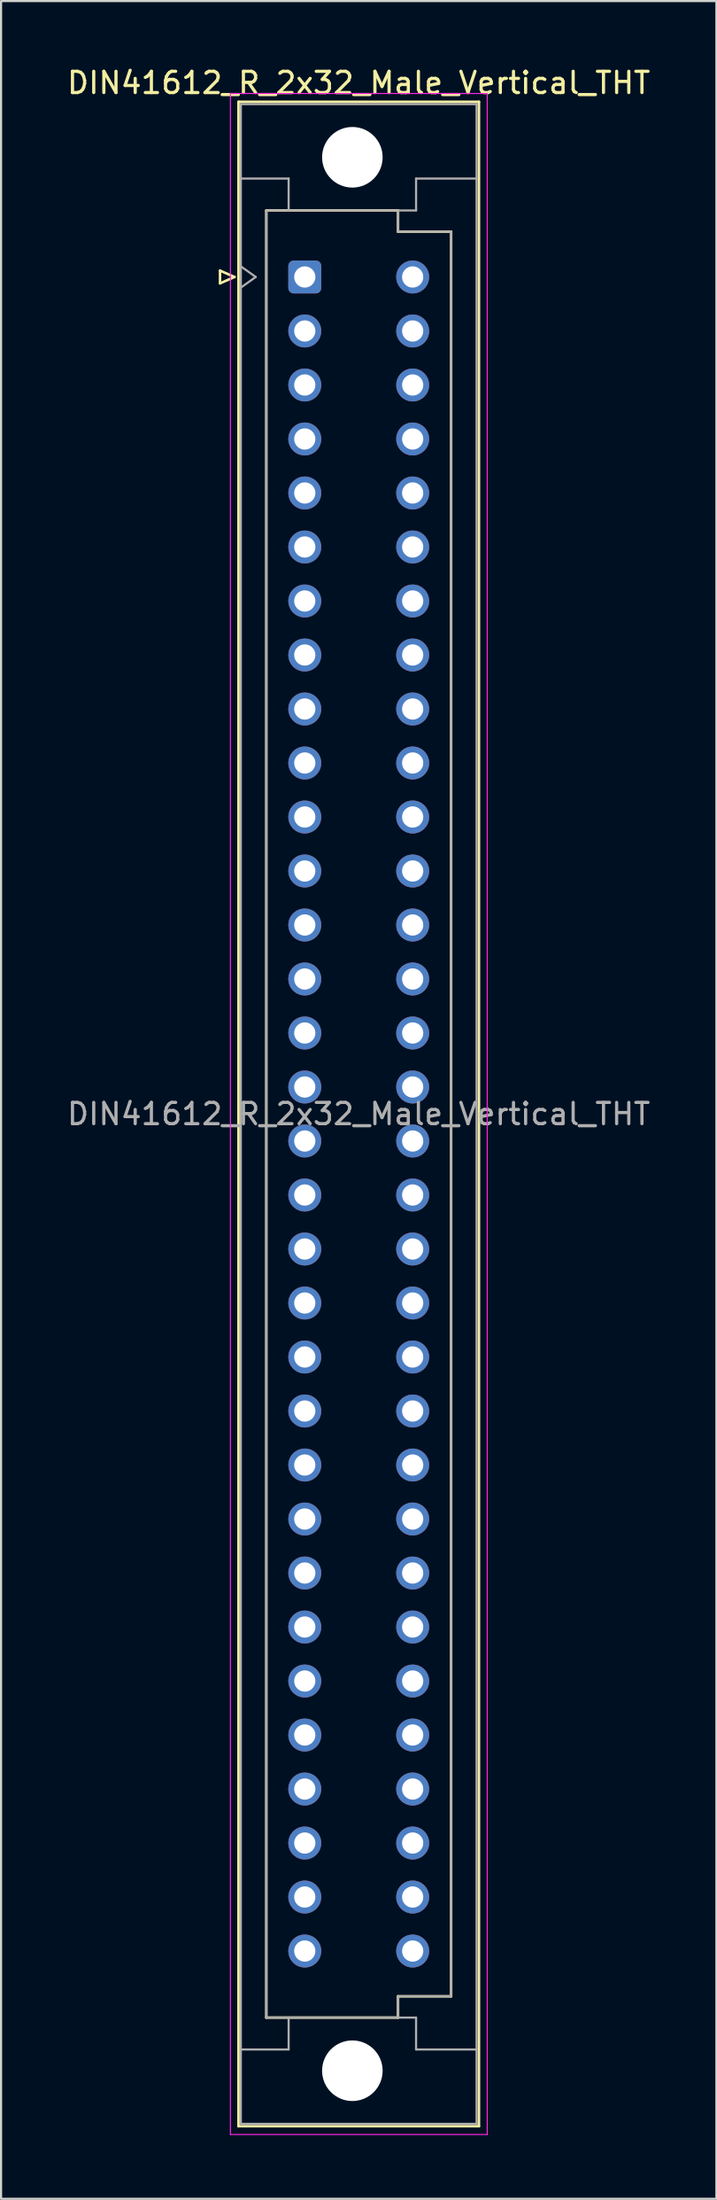
<source format=kicad_pcb>
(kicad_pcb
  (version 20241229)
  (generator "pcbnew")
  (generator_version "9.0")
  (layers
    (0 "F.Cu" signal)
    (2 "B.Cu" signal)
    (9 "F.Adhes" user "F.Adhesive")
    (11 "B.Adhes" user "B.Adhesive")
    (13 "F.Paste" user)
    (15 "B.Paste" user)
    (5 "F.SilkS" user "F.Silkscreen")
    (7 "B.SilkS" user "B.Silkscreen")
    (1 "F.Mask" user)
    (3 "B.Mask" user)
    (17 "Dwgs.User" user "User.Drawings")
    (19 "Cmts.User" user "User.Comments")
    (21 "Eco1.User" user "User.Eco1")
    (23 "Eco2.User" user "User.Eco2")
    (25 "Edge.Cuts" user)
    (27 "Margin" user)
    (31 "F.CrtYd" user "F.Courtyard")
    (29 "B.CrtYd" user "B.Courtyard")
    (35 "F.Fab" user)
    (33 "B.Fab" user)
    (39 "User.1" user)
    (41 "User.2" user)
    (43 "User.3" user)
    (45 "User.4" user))
  (footprint "DIN41612_R_2x32_Male_Vertical_THT"
    (layer "F.Cu")
    (at 11.299 9.978)
    (property "Reference" "DIN41612_R_2x32_Male_Vertical_THT" (at 2.54 -9.13 0) (layer "F.SilkS") (effects (font (size 1 1) (thickness 0.15))))
    (attr through_hole)
    (fp_line (start -3.99 -0.3) (end -3.99 0.3) (stroke (width 0.12) (type solid)) (layer "F.SilkS"))
    (fp_line (start -3.99 0.3) (end -3.31 0) (stroke (width 0.12) (type solid)) (layer "F.SilkS"))
    (fp_line (start -3.31 0) (end -3.99 -0.3) (stroke (width 0.12) (type solid)) (layer "F.SilkS"))
    (fp_line (start -3.12 -8.24) (end 8.2 -8.24) (stroke (width 0.12) (type solid)) (layer "F.SilkS"))
    (fp_line (start -3.12 86.98) (end -3.12 -8.24) (stroke (width 0.12) (type solid)) (layer "F.SilkS"))
    (fp_line (start -1.81 -3.13) (end 4.39 -3.13) (stroke (width 0.12) (type solid)) (layer "F.SilkS"))
    (fp_line (start -1.81 81.87) (end -1.81 -3.13) (stroke (width 0.12) (type solid)) (layer "F.SilkS"))
    (fp_line (start 4.39 -3.13) (end 4.39 -2.13) (stroke (width 0.12) (type solid)) (layer "F.SilkS"))
    (fp_line (start 4.39 -2.13) (end 6.89 -2.13) (stroke (width 0.12) (type solid)) (layer "F.SilkS"))
    (fp_line (start 4.39 80.87) (end 4.39 81.87) (stroke (width 0.12) (type solid)) (layer "F.SilkS"))
    (fp_line (start 4.39 81.87) (end -1.81 81.87) (stroke (width 0.12) (type solid)) (layer "F.SilkS"))
    (fp_line (start 6.89 -2.13) (end 6.89 80.87) (stroke (width 0.12) (type solid)) (layer "F.SilkS"))
    (fp_line (start 6.89 80.87) (end 4.39 80.87) (stroke (width 0.12) (type solid)) (layer "F.SilkS"))
    (fp_line (start 8.2 -8.24) (end 8.2 86.98) (stroke (width 0.12) (type solid)) (layer "F.SilkS"))
    (fp_line (start 8.2 86.98) (end -3.12 86.98) (stroke (width 0.12) (type solid)) (layer "F.SilkS"))
    (fp_line (start -3.5 -8.63) (end 8.59 -8.63) (stroke (width 0.05) (type solid)) (layer "F.CrtYd"))
    (fp_line (start -3.5 87.37) (end -3.5 -8.63) (stroke (width 0.05) (type solid)) (layer "F.CrtYd"))
    (fp_line (start 8.59 -8.63) (end 8.59 87.37) (stroke (width 0.05) (type solid)) (layer "F.CrtYd"))
    (fp_line (start 8.59 87.37) (end -3.5 87.37) (stroke (width 0.05) (type solid)) (layer "F.CrtYd"))
    (fp_line (start -3.01 -8.13) (end 8.09 -8.13) (stroke (width 0.1) (type solid)) (layer "F.Fab"))
    (fp_line (start -3.01 -4.63) (end -0.76 -4.63) (stroke (width 0.1) (type solid)) (layer "F.Fab"))
    (fp_line (start -3.01 -0.5) (end -2.31 0) (stroke (width 0.1) (type solid)) (layer "F.Fab"))
    (fp_line (start -3.01 83.37) (end -0.76 83.37) (stroke (width 0.1) (type solid)) (layer "F.Fab"))
    (fp_line (start -3.01 86.87) (end -3.01 -8.13) (stroke (width 0.1) (type solid)) (layer "F.Fab"))
    (fp_line (start -2.31 0) (end -3.01 0.5) (stroke (width 0.1) (type solid)) (layer "F.Fab"))
    (fp_line (start -1.81 -3.13) (end 4.39 -3.13) (stroke (width 0.1) (type solid)) (layer "F.Fab"))
    (fp_line (start -1.81 81.87) (end -1.81 -3.13) (stroke (width 0.1) (type solid)) (layer "F.Fab"))
    (fp_line (start -0.76 -4.63) (end -0.76 -3.13) (stroke (width 0.1) (type solid)) (layer "F.Fab"))
    (fp_line (start -0.76 83.37) (end -0.76 81.87) (stroke (width 0.1) (type solid)) (layer "F.Fab"))
    (fp_line (start 4.39 -3.13) (end 4.39 -2.13) (stroke (width 0.1) (type solid)) (layer "F.Fab"))
    (fp_line (start 4.39 -3.13) (end 5.24 -3.13) (stroke (width 0.1) (type solid)) (layer "F.Fab"))
    (fp_line (start 4.39 -2.13) (end 6.89 -2.13) (stroke (width 0.1) (type solid)) (layer "F.Fab"))
    (fp_line (start 4.39 80.87) (end 4.39 81.87) (stroke (width 0.1) (type solid)) (layer "F.Fab"))
    (fp_line (start 4.39 81.87) (end -1.81 81.87) (stroke (width 0.1) (type solid)) (layer "F.Fab"))
    (fp_line (start 4.39 81.87) (end 5.24 81.87) (stroke (width 0.1) (type solid)) (layer "F.Fab"))
    (fp_line (start 5.24 -4.63) (end 8.09 -4.63) (stroke (width 0.1) (type solid)) (layer "F.Fab"))
    (fp_line (start 5.24 -3.13) (end 5.24 -4.63) (stroke (width 0.1) (type solid)) (layer "F.Fab"))
    (fp_line (start 5.24 81.87) (end 5.24 83.37) (stroke (width 0.1) (type solid)) (layer "F.Fab"))
    (fp_line (start 5.24 83.37) (end 8.09 83.37) (stroke (width 0.1) (type solid)) (layer "F.Fab"))
    (fp_line (start 6.89 -2.13) (end 6.89 80.87) (stroke (width 0.1) (type solid)) (layer "F.Fab"))
    (fp_line (start 6.89 80.87) (end 4.39 80.87) (stroke (width 0.1) (type solid)) (layer "F.Fab"))
    (fp_line (start 8.09 -8.13) (end 8.09 86.87) (stroke (width 0.1) (type solid)) (layer "F.Fab"))
    (fp_line (start 8.09 86.87) (end -3.01 86.87) (stroke (width 0.1) (type solid)) (layer "F.Fab"))
    (fp_text user "${REFERENCE}" (at 2.54 39.37 0) (layer "F.Fab") (effects (font (size 1 1) (thickness 0.15))))
    (pad "" np_thru_hole circle (at 2.24 -5.63) (size 2.85 2.85) (drill 2.85) (layers "*.Cu" "*.Mask"))
    (pad "" np_thru_hole circle (at 2.24 84.37) (size 2.85 2.85) (drill 2.85) (layers "*.Cu" "*.Mask"))
    (pad "a1" thru_hole roundrect (at 0 0) (size 1.55 1.55) (drill 1) (layers "*.Cu" "*.Mask") (roundrect_rratio 0.161))
    (pad "a2" thru_hole circle (at 0 2.54) (size 1.55 1.55) (drill 1) (layers "*.Cu" "*.Mask"))
    (pad "a3" thru_hole circle (at 0 5.08) (size 1.55 1.55) (drill 1) (layers "*.Cu" "*.Mask"))
    (pad "a4" thru_hole circle (at 0 7.62) (size 1.55 1.55) (drill 1) (layers "*.Cu" "*.Mask"))
    (pad "a5" thru_hole circle (at 0 10.16) (size 1.55 1.55) (drill 1) (layers "*.Cu" "*.Mask"))
    (pad "a6" thru_hole circle (at 0 12.7) (size 1.55 1.55) (drill 1) (layers "*.Cu" "*.Mask"))
    (pad "a7" thru_hole circle (at 0 15.24) (size 1.55 1.55) (drill 1) (layers "*.Cu" "*.Mask"))
    (pad "a8" thru_hole circle (at 0 17.78) (size 1.55 1.55) (drill 1) (layers "*.Cu" "*.Mask"))
    (pad "a9" thru_hole circle (at 0 20.32) (size 1.55 1.55) (drill 1) (layers "*.Cu" "*.Mask"))
    (pad "a10" thru_hole circle (at 0 22.86) (size 1.55 1.55) (drill 1) (layers "*.Cu" "*.Mask"))
    (pad "a11" thru_hole circle (at 0 25.4) (size 1.55 1.55) (drill 1) (layers "*.Cu" "*.Mask"))
    (pad "a12" thru_hole circle (at 0 27.94) (size 1.55 1.55) (drill 1) (layers "*.Cu" "*.Mask"))
    (pad "a13" thru_hole circle (at 0 30.48) (size 1.55 1.55) (drill 1) (layers "*.Cu" "*.Mask"))
    (pad "a14" thru_hole circle (at 0 33.02) (size 1.55 1.55) (drill 1) (layers "*.Cu" "*.Mask"))
    (pad "a15" thru_hole circle (at 0 35.56) (size 1.55 1.55) (drill 1) (layers "*.Cu" "*.Mask"))
    (pad "a16" thru_hole circle (at 0 38.1) (size 1.55 1.55) (drill 1) (layers "*.Cu" "*.Mask"))
    (pad "a17" thru_hole circle (at 0 40.64) (size 1.55 1.55) (drill 1) (layers "*.Cu" "*.Mask"))
    (pad "a18" thru_hole circle (at 0 43.18) (size 1.55 1.55) (drill 1) (layers "*.Cu" "*.Mask"))
    (pad "a19" thru_hole circle (at 0 45.72) (size 1.55 1.55) (drill 1) (layers "*.Cu" "*.Mask"))
    (pad "a20" thru_hole circle (at 0 48.26) (size 1.55 1.55) (drill 1) (layers "*.Cu" "*.Mask"))
    (pad "a21" thru_hole circle (at 0 50.8) (size 1.55 1.55) (drill 1) (layers "*.Cu" "*.Mask"))
    (pad "a22" thru_hole circle (at 0 53.34) (size 1.55 1.55) (drill 1) (layers "*.Cu" "*.Mask"))
    (pad "a23" thru_hole circle (at 0 55.88) (size 1.55 1.55) (drill 1) (layers "*.Cu" "*.Mask"))
    (pad "a24" thru_hole circle (at 0 58.42) (size 1.55 1.55) (drill 1) (layers "*.Cu" "*.Mask"))
    (pad "a25" thru_hole circle (at 0 60.96) (size 1.55 1.55) (drill 1) (layers "*.Cu" "*.Mask"))
    (pad "a26" thru_hole circle (at 0 63.5) (size 1.55 1.55) (drill 1) (layers "*.Cu" "*.Mask"))
    (pad "a27" thru_hole circle (at 0 66.04) (size 1.55 1.55) (drill 1) (layers "*.Cu" "*.Mask"))
    (pad "a28" thru_hole circle (at 0 68.58) (size 1.55 1.55) (drill 1) (layers "*.Cu" "*.Mask"))
    (pad "a29" thru_hole circle (at 0 71.12) (size 1.55 1.55) (drill 1) (layers "*.Cu" "*.Mask"))
    (pad "a30" thru_hole circle (at 0 73.66) (size 1.55 1.55) (drill 1) (layers "*.Cu" "*.Mask"))
    (pad "a31" thru_hole circle (at 0 76.2) (size 1.55 1.55) (drill 1) (layers "*.Cu" "*.Mask"))
    (pad "a32" thru_hole circle (at 0 78.74) (size 1.55 1.55) (drill 1) (layers "*.Cu" "*.Mask"))
    (pad "c1" thru_hole circle (at 5.08 0) (size 1.55 1.55) (drill 1) (layers "*.Cu" "*.Mask"))
    (pad "c2" thru_hole circle (at 5.08 2.54) (size 1.55 1.55) (drill 1) (layers "*.Cu" "*.Mask"))
    (pad "c3" thru_hole circle (at 5.08 5.08) (size 1.55 1.55) (drill 1) (layers "*.Cu" "*.Mask"))
    (pad "c4" thru_hole circle (at 5.08 7.62) (size 1.55 1.55) (drill 1) (layers "*.Cu" "*.Mask"))
    (pad "c5" thru_hole circle (at 5.08 10.16) (size 1.55 1.55) (drill 1) (layers "*.Cu" "*.Mask"))
    (pad "c6" thru_hole circle (at 5.08 12.7) (size 1.55 1.55) (drill 1) (layers "*.Cu" "*.Mask"))
    (pad "c7" thru_hole circle (at 5.08 15.24) (size 1.55 1.55) (drill 1) (layers "*.Cu" "*.Mask"))
    (pad "c8" thru_hole circle (at 5.08 17.78) (size 1.55 1.55) (drill 1) (layers "*.Cu" "*.Mask"))
    (pad "c9" thru_hole circle (at 5.08 20.32) (size 1.55 1.55) (drill 1) (layers "*.Cu" "*.Mask"))
    (pad "c10" thru_hole circle (at 5.08 22.86) (size 1.55 1.55) (drill 1) (layers "*.Cu" "*.Mask"))
    (pad "c11" thru_hole circle (at 5.08 25.4) (size 1.55 1.55) (drill 1) (layers "*.Cu" "*.Mask"))
    (pad "c12" thru_hole circle (at 5.08 27.94) (size 1.55 1.55) (drill 1) (layers "*.Cu" "*.Mask"))
    (pad "c13" thru_hole circle (at 5.08 30.48) (size 1.55 1.55) (drill 1) (layers "*.Cu" "*.Mask"))
    (pad "c14" thru_hole circle (at 5.08 33.02) (size 1.55 1.55) (drill 1) (layers "*.Cu" "*.Mask"))
    (pad "c15" thru_hole circle (at 5.08 35.56) (size 1.55 1.55) (drill 1) (layers "*.Cu" "*.Mask"))
    (pad "c16" thru_hole circle (at 5.08 38.1) (size 1.55 1.55) (drill 1) (layers "*.Cu" "*.Mask"))
    (pad "c17" thru_hole circle (at 5.08 40.64) (size 1.55 1.55) (drill 1) (layers "*.Cu" "*.Mask"))
    (pad "c18" thru_hole circle (at 5.08 43.18) (size 1.55 1.55) (drill 1) (layers "*.Cu" "*.Mask"))
    (pad "c19" thru_hole circle (at 5.08 45.72) (size 1.55 1.55) (drill 1) (layers "*.Cu" "*.Mask"))
    (pad "c20" thru_hole circle (at 5.08 48.26) (size 1.55 1.55) (drill 1) (layers "*.Cu" "*.Mask"))
    (pad "c21" thru_hole circle (at 5.08 50.8) (size 1.55 1.55) (drill 1) (layers "*.Cu" "*.Mask"))
    (pad "c22" thru_hole circle (at 5.08 53.34) (size 1.55 1.55) (drill 1) (layers "*.Cu" "*.Mask"))
    (pad "c23" thru_hole circle (at 5.08 55.88) (size 1.55 1.55) (drill 1) (layers "*.Cu" "*.Mask"))
    (pad "c24" thru_hole circle (at 5.08 58.42) (size 1.55 1.55) (drill 1) (layers "*.Cu" "*.Mask"))
    (pad "c25" thru_hole circle (at 5.08 60.96) (size 1.55 1.55) (drill 1) (layers "*.Cu" "*.Mask"))
    (pad "c26" thru_hole circle (at 5.08 63.5) (size 1.55 1.55) (drill 1) (layers "*.Cu" "*.Mask"))
    (pad "c27" thru_hole circle (at 5.08 66.04) (size 1.55 1.55) (drill 1) (layers "*.Cu" "*.Mask"))
    (pad "c28" thru_hole circle (at 5.08 68.58) (size 1.55 1.55) (drill 1) (layers "*.Cu" "*.Mask"))
    (pad "c29" thru_hole circle (at 5.08 71.12) (size 1.55 1.55) (drill 1) (layers "*.Cu" "*.Mask"))
    (pad "c30" thru_hole circle (at 5.08 73.66) (size 1.55 1.55) (drill 1) (layers "*.Cu" "*.Mask"))
    (pad "c31" thru_hole circle (at 5.08 76.2) (size 1.55 1.55) (drill 1) (layers "*.Cu" "*.Mask"))
    (pad "c32" thru_hole circle (at 5.08 78.74) (size 1.55 1.55) (drill 1) (layers "*.Cu" "*.Mask")))
  (gr_rect
    (start -3 -3)
    (end 30.679 100.373)
    (stroke (width 0.1) (type default))
    (fill no)
    (layer "Edge.Cuts")))
</source>
